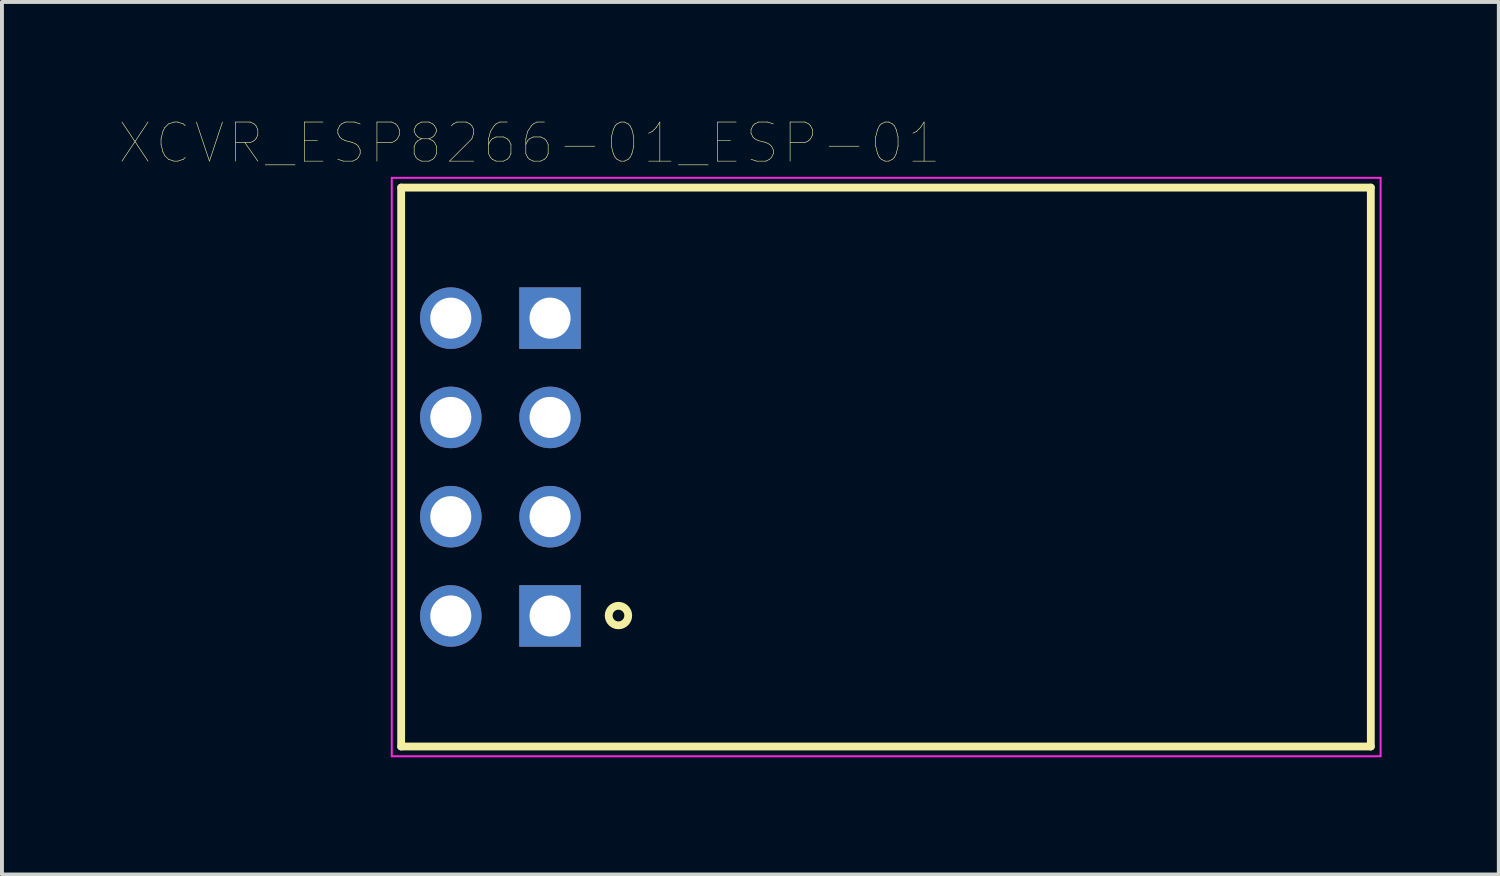
<source format=kicad_pcb>
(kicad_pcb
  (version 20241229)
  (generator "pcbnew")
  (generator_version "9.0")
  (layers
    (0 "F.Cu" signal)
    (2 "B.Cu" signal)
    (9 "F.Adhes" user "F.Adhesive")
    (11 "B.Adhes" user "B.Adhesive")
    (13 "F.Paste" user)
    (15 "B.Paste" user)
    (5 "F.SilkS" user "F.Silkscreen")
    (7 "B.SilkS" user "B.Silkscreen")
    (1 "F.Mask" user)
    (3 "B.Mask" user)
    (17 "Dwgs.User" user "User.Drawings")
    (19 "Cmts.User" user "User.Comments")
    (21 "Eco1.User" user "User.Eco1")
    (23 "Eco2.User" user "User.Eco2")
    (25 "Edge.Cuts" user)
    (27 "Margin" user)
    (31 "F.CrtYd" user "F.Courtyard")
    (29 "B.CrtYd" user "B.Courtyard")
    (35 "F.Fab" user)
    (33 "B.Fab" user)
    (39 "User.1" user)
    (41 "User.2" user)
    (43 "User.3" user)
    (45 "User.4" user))
  (footprint "XCVR_ESP8266-01_ESP-01"
    (layer "F.Cu")
    (at 11.024 8.9)
    (property "Reference" "XCVR_ESP8266-01_ESP-01" (at -0.525 -8.289 0) (layer "F.SilkS") (effects (font (size 1 1) (thickness 0.015))))
    (attr through_hole)
    (fp_line (start -3.81 -7.15) (end 21 -7.15) (stroke (width 0.2) (type solid)) (layer "F.SilkS"))
    (fp_line (start -3.81 7.15) (end -3.81 -7.15) (stroke (width 0.2) (type solid)) (layer "F.SilkS"))
    (fp_line (start 21 -7.15) (end 21 7.15) (stroke (width 0.2) (type solid)) (layer "F.SilkS"))
    (fp_line (start 21 7.15) (end -3.81 7.15) (stroke (width 0.2) (type solid)) (layer "F.SilkS"))
    (fp_circle (center 1.75 3.8) (end 2 3.8) (stroke (width 0.2) (type solid)) (fill no) (layer "F.SilkS"))
    (fp_line (start -4.05 -7.4) (end 21.25 -7.4) (stroke (width 0.05) (type solid)) (layer "F.CrtYd"))
    (fp_line (start -4.05 7.4) (end -4.05 -7.4) (stroke (width 0.05) (type solid)) (layer "F.CrtYd"))
    (fp_line (start 21.25 -7.4) (end 21.25 7.4) (stroke (width 0.05) (type solid)) (layer "F.CrtYd"))
    (fp_line (start 21.25 7.4) (end -4.05 7.4) (stroke (width 0.05) (type solid)) (layer "F.CrtYd"))
    (pad "1" thru_hole rect (at 0 3.81) (size 1.575 1.575) (drill 1.05) (layers "*.Cu" "*.Mask"))
    (pad "2" thru_hole circle (at 0 1.27) (size 1.575 1.575) (drill 1.05) (layers "*.Cu" "*.Mask"))
    (pad "3" thru_hole circle (at 0 -1.27) (size 1.575 1.575) (drill 1.05) (layers "*.Cu" "*.Mask"))
    (pad "4" thru_hole rect (at 0 -3.81) (size 1.575 1.575) (drill 1.05) (layers "*.Cu" "*.Mask"))
    (pad "5" thru_hole circle (at -2.54 -3.81) (size 1.575 1.575) (drill 1.05) (layers "*.Cu" "*.Mask"))
    (pad "6" thru_hole circle (at -2.54 -1.27) (size 1.575 1.575) (drill 1.05) (layers "*.Cu" "*.Mask"))
    (pad "7" thru_hole circle (at -2.54 1.27) (size 1.575 1.575) (drill 1.05) (layers "*.Cu" "*.Mask"))
    (pad "8" thru_hole circle (at -2.54 3.81) (size 1.575 1.575) (drill 1.05) (layers "*.Cu" "*.Mask")))
  (gr_rect
    (start -3 -3)
    (end 35.299 19.325)
    (stroke (width 0.1) (type default))
    (fill no)
    (layer "Edge.Cuts")))
</source>
